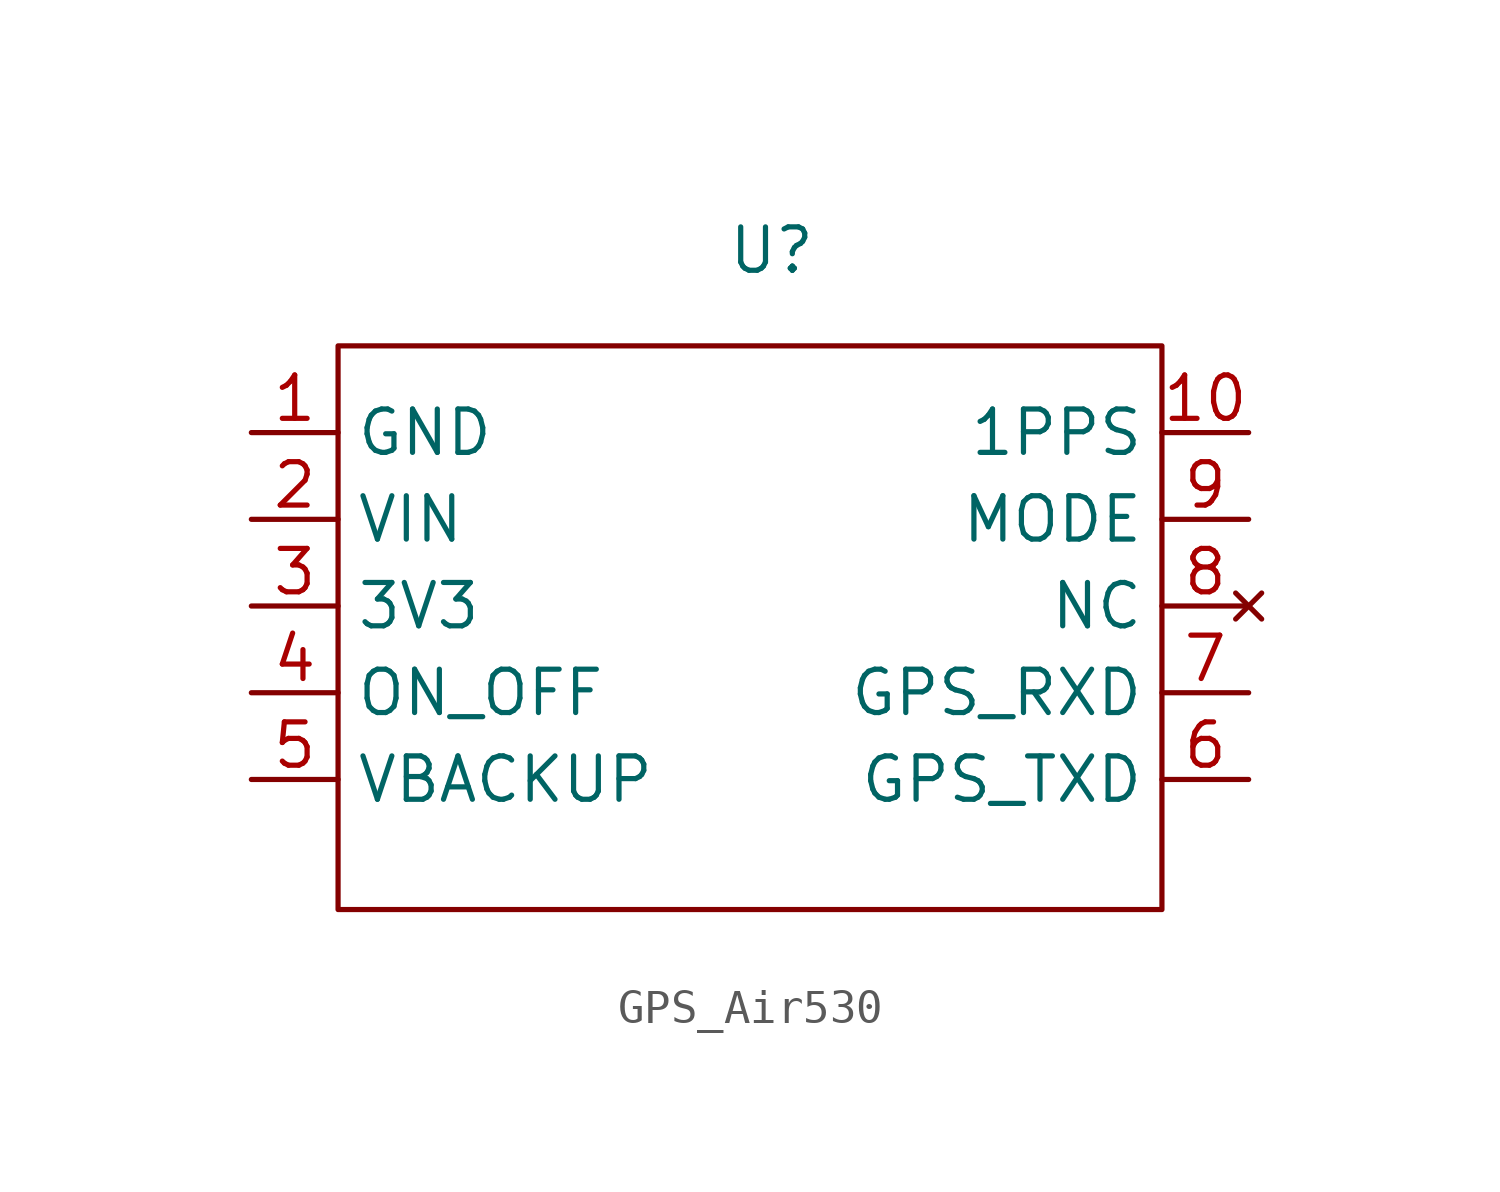
<source format=kicad_sym>
(kicad_symbol_lib
  (version 20231120)
  (generator "kicad_symbol_editor")
  (generator_version "8.0")
  (symbol "GPS_Air530"
    (property "Reference" "U"
      (at 0 -1.016 0)
      (effects (font (size 1.27 1.27))))
    (property "Value" ""
      (at 0 0 0)
      (effects (font (size 1.27 1.27))))
    (symbol "GPS_Air530_0_1"
      (rectangle (start -12.7 -3.81) (end 11.43 -20.32) (stroke (width 0) (type default)) (fill (type none))))
    (symbol "GPS_Air530_1_1"
      (pin power_out line (at -15.24 -6.35 0) (length 2.54) (name "GND" (effects (font (size 1.27 1.27)))) (number "1" (effects (font (size 1.27 1.27)))))
      (pin output line (at 13.97 -6.35 180) (length 2.54) (name "1PPS" (effects (font (size 1.27 1.27)))) (number "10" (effects (font (size 1.27 1.27)))))
      (pin power_in line (at -15.24 -8.89 0) (length 2.54) (name "VIN" (effects (font (size 1.27 1.27)))) (number "2" (effects (font (size 1.27 1.27)))))
      (pin power_in line (at -15.24 -11.43 0) (length 2.54) (name "3V3" (effects (font (size 1.27 1.27)))) (number "3" (effects (font (size 1.27 1.27)))))
      (pin bidirectional line (at -15.24 -13.97 0) (length 2.54) (name "ON_OFF" (effects (font (size 1.27 1.27)))) (number "4" (effects (font (size 1.27 1.27)))))
      (pin unspecified line (at -15.24 -16.51 0) (length 2.54) (name "VBACKUP" (effects (font (size 1.27 1.27)))) (number "5" (effects (font (size 1.27 1.27)))))
      (pin output line (at 13.97 -16.51 180) (length 2.54) (name "GPS_TXD" (effects (font (size 1.27 1.27)))) (number "6" (effects (font (size 1.27 1.27)))))
      (pin input line (at 13.97 -13.97 180) (length 2.54) (name "GPS_RXD" (effects (font (size 1.27 1.27)))) (number "7" (effects (font (size 1.27 1.27)))))
      (pin no_connect line (at 13.97 -11.43 180) (length 2.54) (name "NC" (effects (font (size 1.27 1.27)))) (number "8" (effects (font (size 1.27 1.27)))))
      (pin unspecified line (at 13.97 -8.89 180) (length 2.54) (name "MODE" (effects (font (size 1.27 1.27)))) (number "9" (effects (font (size 1.27 1.27))))))))
</source>
